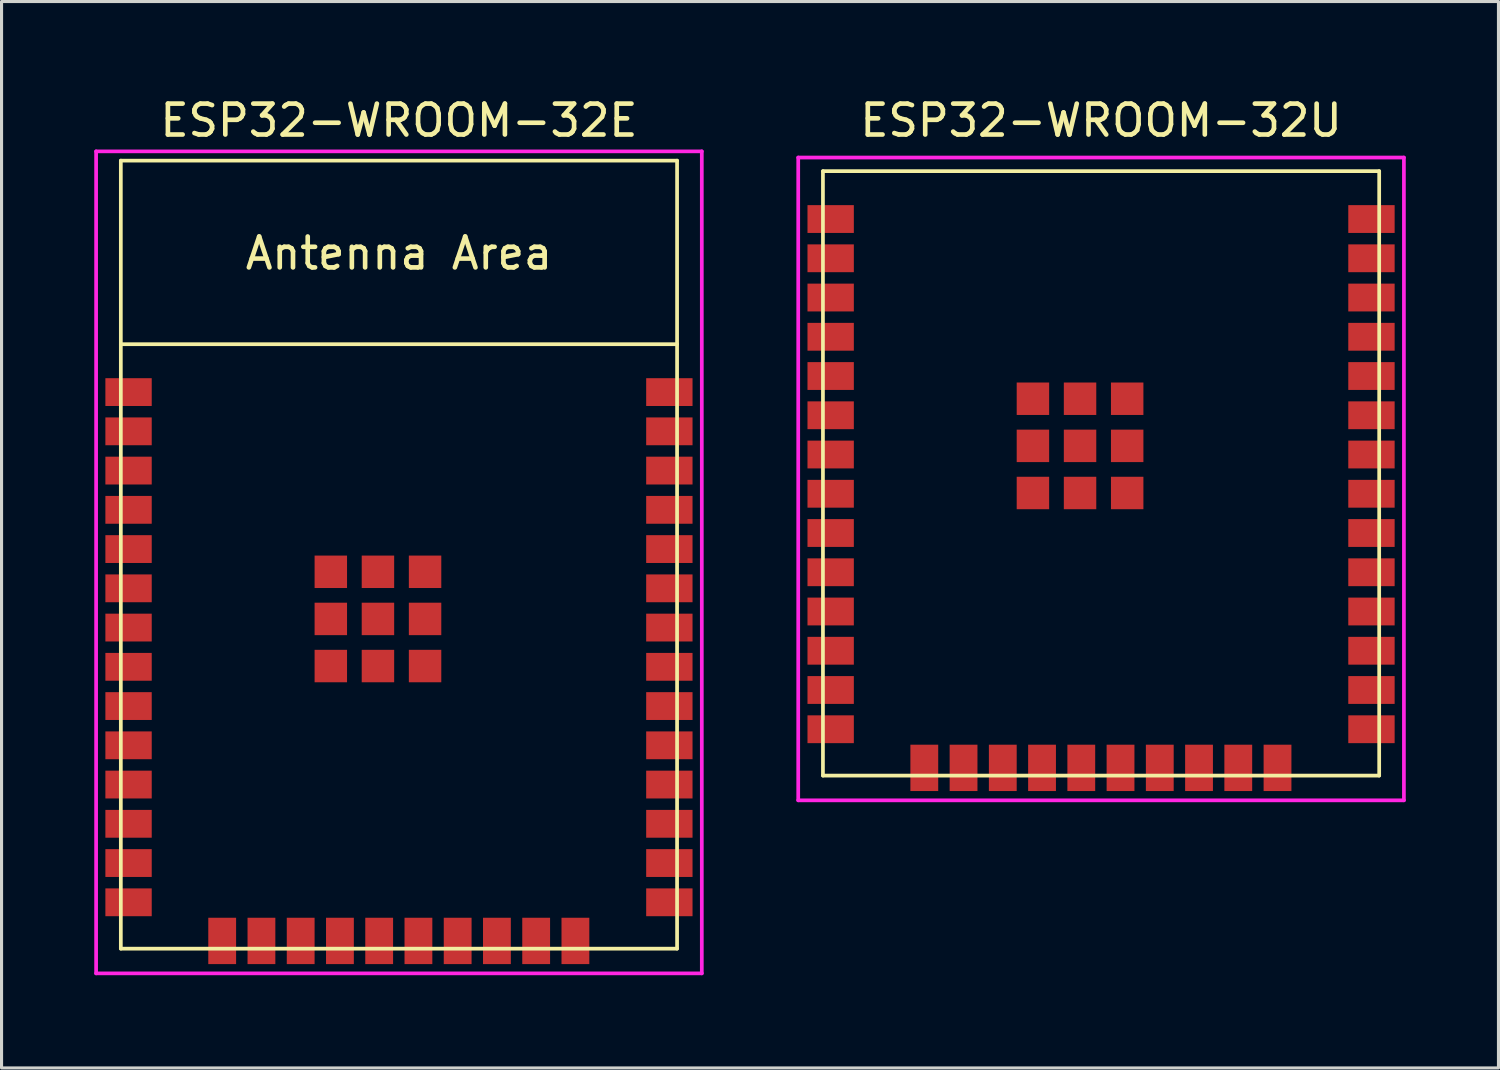
<source format=kicad_pcb>
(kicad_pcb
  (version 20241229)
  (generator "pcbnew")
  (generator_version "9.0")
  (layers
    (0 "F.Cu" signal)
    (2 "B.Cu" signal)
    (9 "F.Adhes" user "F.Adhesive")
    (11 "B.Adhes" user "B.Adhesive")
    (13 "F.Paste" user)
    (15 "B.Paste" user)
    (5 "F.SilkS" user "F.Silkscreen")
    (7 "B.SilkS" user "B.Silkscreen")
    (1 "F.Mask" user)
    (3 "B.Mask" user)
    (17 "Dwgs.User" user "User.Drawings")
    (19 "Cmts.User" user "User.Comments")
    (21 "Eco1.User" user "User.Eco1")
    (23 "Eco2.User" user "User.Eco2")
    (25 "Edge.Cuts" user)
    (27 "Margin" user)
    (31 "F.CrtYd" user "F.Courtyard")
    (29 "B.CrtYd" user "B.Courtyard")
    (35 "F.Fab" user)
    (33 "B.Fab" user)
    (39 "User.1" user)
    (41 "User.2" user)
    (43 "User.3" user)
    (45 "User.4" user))
  (footprint "ESP32-WROOM-32E"
    (layer "F.Cu")
    (at 9.86 18.048)
    (property "Reference" "ESP32-WROOM-32E" (at 0 -17.2 0) (layer "F.SilkS") (effects (font (size 1 1) (thickness 0.15))))
    (attr smd)
    (fp_line (start -9 -15.9) (end 9 -15.9) (stroke (width 0.12) (type solid)) (layer "F.SilkS"))
    (fp_line (start -9 9.6) (end -9 -15.9) (stroke (width 0.12) (type solid)) (layer "F.SilkS"))
    (fp_line (start 9 -15.9) (end 9 9.6) (stroke (width 0.12) (type solid)) (layer "F.SilkS"))
    (fp_line (start 9 -9.96) (end -9 -9.96) (stroke (width 0.12) (type solid)) (layer "F.SilkS"))
    (fp_line (start 9 9.6) (end -9 9.6) (stroke (width 0.12) (type solid)) (layer "F.SilkS"))
    (fp_line (start -9 -15.9) (end 9 -15.9) (stroke (width 0.12) (type solid)) (layer "Eco2.User"))
    (fp_line (start -9 -9.96) (end 9 -9.96) (stroke (width 0.12) (type solid)) (layer "Eco2.User"))
    (fp_line (start -9 9.6) (end -9 -15.9) (stroke (width 0.12) (type solid)) (layer "Eco2.User"))
    (fp_line (start 9 -15.9) (end 9 9.6) (stroke (width 0.12) (type solid)) (layer "Eco2.User"))
    (fp_line (start 9 9.6) (end -9 9.6) (stroke (width 0.12) (type solid)) (layer "Eco2.User"))
    (fp_line (start -9.8 -16.2) (end -9.8 10.4) (stroke (width 0.12) (type solid)) (layer "F.CrtYd"))
    (fp_line (start -9.8 10.4) (end 9.8 10.4) (stroke (width 0.12) (type solid)) (layer "F.CrtYd"))
    (fp_line (start 9.8 -16.2) (end -9.8 -16.2) (stroke (width 0.12) (type solid)) (layer "F.CrtYd"))
    (fp_line (start 9.8 -16.2) (end 9.8 10.4) (stroke (width 0.12) (type solid)) (layer "F.CrtYd"))
    (fp_text user "Antenna Area" (at 0 -12.9 0) (layer "F.SilkS") (effects (font (size 1 1) (thickness 0.15))))
    (fp_text user "Antenna Area" (at 0 -12.9 0) (layer "Eco2.User") (effects (font (size 1 1) (thickness 0.15))))
    (pad "1" smd rect (at -8.75 -8.41) (size 1.5 0.9) (layers "F.Cu" "F.Mask" "F.Paste"))
    (pad "2" smd rect (at -8.75 -7.14) (size 1.5 0.9) (layers "F.Cu" "F.Mask" "F.Paste"))
    (pad "3" smd rect (at -8.75 -5.87) (size 1.5 0.9) (layers "F.Cu" "F.Mask" "F.Paste"))
    (pad "4" smd rect (at -8.75 -4.6) (size 1.5 0.9) (layers "F.Cu" "F.Mask" "F.Paste"))
    (pad "5" smd rect (at -8.75 -3.33) (size 1.5 0.9) (layers "F.Cu" "F.Mask" "F.Paste"))
    (pad "6" smd rect (at -8.75 -2.06) (size 1.5 0.9) (layers "F.Cu" "F.Mask" "F.Paste"))
    (pad "7" smd rect (at -8.75 -0.79) (size 1.5 0.9) (layers "F.Cu" "F.Mask" "F.Paste"))
    (pad "8" smd rect (at -8.75 0.48) (size 1.5 0.9) (layers "F.Cu" "F.Mask" "F.Paste"))
    (pad "9" smd rect (at -8.75 1.75) (size 1.5 0.9) (layers "F.Cu" "F.Mask" "F.Paste"))
    (pad "10" smd rect (at -8.75 3.02) (size 1.5 0.9) (layers "F.Cu" "F.Mask" "F.Paste"))
    (pad "11" smd rect (at -8.75 4.29) (size 1.5 0.9) (layers "F.Cu" "F.Mask" "F.Paste"))
    (pad "12" smd rect (at -8.75 5.56) (size 1.5 0.9) (layers "F.Cu" "F.Mask" "F.Paste"))
    (pad "13" smd rect (at -8.75 6.83) (size 1.5 0.9) (layers "F.Cu" "F.Mask" "F.Paste"))
    (pad "14" smd rect (at -8.75 8.1) (size 1.5 0.9) (layers "F.Cu" "F.Mask" "F.Paste"))
    (pad "15" smd rect (at -5.72 9.35 90) (size 1.5 0.9) (layers "F.Cu" "F.Mask" "F.Paste"))
    (pad "16" smd rect (at -4.45 9.35 90) (size 1.5 0.9) (layers "F.Cu" "F.Mask" "F.Paste"))
    (pad "17" smd rect (at -3.18 9.35 90) (size 1.5 0.9) (layers "F.Cu" "F.Mask" "F.Paste"))
    (pad "18" smd rect (at -1.91 9.35 90) (size 1.5 0.9) (layers "F.Cu" "F.Mask" "F.Paste"))
    (pad "19" smd rect (at -0.64 9.35 90) (size 1.5 0.9) (layers "F.Cu" "F.Mask" "F.Paste"))
    (pad "20" smd rect (at 0.63 9.35 90) (size 1.5 0.9) (layers "F.Cu" "F.Mask" "F.Paste"))
    (pad "21" smd rect (at 1.9 9.35 90) (size 1.5 0.9) (layers "F.Cu" "F.Mask" "F.Paste"))
    (pad "22" smd rect (at 3.17 9.35 90) (size 1.5 0.9) (layers "F.Cu" "F.Mask" "F.Paste"))
    (pad "23" smd rect (at 4.44 9.35 90) (size 1.5 0.9) (layers "F.Cu" "F.Mask" "F.Paste"))
    (pad "24" smd rect (at 5.71 9.35 90) (size 1.5 0.9) (layers "F.Cu" "F.Mask" "F.Paste"))
    (pad "25" smd rect (at 8.75 8.1 180) (size 1.5 0.9) (layers "F.Cu" "F.Mask" "F.Paste"))
    (pad "26" smd rect (at 8.75 6.83 180) (size 1.5 0.9) (layers "F.Cu" "F.Mask" "F.Paste"))
    (pad "27" smd rect (at 8.75 5.56 180) (size 1.5 0.9) (layers "F.Cu" "F.Mask" "F.Paste"))
    (pad "28" smd rect (at 8.75 4.29 180) (size 1.5 0.9) (layers "F.Cu" "F.Mask" "F.Paste"))
    (pad "29" smd rect (at 8.75 3.02 180) (size 1.5 0.9) (layers "F.Cu" "F.Mask" "F.Paste"))
    (pad "30" smd rect (at 8.75 1.75 180) (size 1.5 0.9) (layers "F.Cu" "F.Mask" "F.Paste"))
    (pad "31" smd rect (at 8.75 0.48 180) (size 1.5 0.9) (layers "F.Cu" "F.Mask" "F.Paste"))
    (pad "32" smd rect (at 8.75 -0.79 180) (size 1.5 0.9) (layers "F.Cu" "F.Mask" "F.Paste"))
    (pad "33" smd rect (at 8.75 -2.06 180) (size 1.5 0.9) (layers "F.Cu" "F.Mask" "F.Paste"))
    (pad "34" smd rect (at 8.75 -3.33 180) (size 1.5 0.9) (layers "F.Cu" "F.Mask" "F.Paste"))
    (pad "35" smd rect (at 8.75 -4.6 180) (size 1.5 0.9) (layers "F.Cu" "F.Mask" "F.Paste"))
    (pad "36" smd rect (at 8.75 -5.87 180) (size 1.5 0.9) (layers "F.Cu" "F.Mask" "F.Paste"))
    (pad "37" smd rect (at 8.75 -7.14 180) (size 1.5 0.9) (layers "F.Cu" "F.Mask" "F.Paste"))
    (pad "38" smd rect (at 8.75 -8.41 180) (size 1.5 0.9) (layers "F.Cu" "F.Mask" "F.Paste"))
    (pad "39" smd rect (at -2.205 -2.595 180) (size 1.05 1.05) (layers "F.Cu" "F.Mask" "F.Paste"))
    (pad "39" smd rect (at -2.205 -1.07 180) (size 1.05 1.05) (layers "F.Cu" "F.Mask" "F.Paste"))
    (pad "39" smd rect (at -2.205 0.455 180) (size 1.05 1.05) (layers "F.Cu" "F.Mask" "F.Paste"))
    (pad "39" smd rect (at -0.68 -2.595 180) (size 1.05 1.05) (layers "F.Cu" "F.Mask" "F.Paste"))
    (pad "39" smd rect (at -0.68 -1.07 180) (size 1.05 1.05) (layers "F.Cu" "F.Mask" "F.Paste"))
    (pad "39" smd rect (at -0.68 0.455 180) (size 1.05 1.05) (layers "F.Cu" "F.Mask" "F.Paste"))
    (pad "39" smd rect (at 0.845 -2.595 180) (size 1.05 1.05) (layers "F.Cu" "F.Mask" "F.Paste"))
    (pad "39" smd rect (at 0.845 -1.07 180) (size 1.05 1.05) (layers "F.Cu" "F.Mask" "F.Paste"))
    (pad "39" smd rect (at 0.845 0.455 180) (size 1.05 1.05) (layers "F.Cu" "F.Mask" "F.Paste")))
  (footprint "ESP32-WROOM-32U"
    (layer "F.Cu")
    (at 32.58 12.448)
    (property "Reference" "ESP32-WROOM-32U" (at 0 -11.6 0) (layer "F.SilkS") (effects (font (size 1 1) (thickness 0.15))))
    (attr smd)
    (fp_line (start -9 9.6) (end -9 -9.96) (stroke (width 0.12) (type solid)) (layer "F.SilkS"))
    (fp_line (start 9 -9.96) (end -9 -9.96) (stroke (width 0.12) (type solid)) (layer "F.SilkS"))
    (fp_line (start 9 -9.96) (end 9 9.6) (stroke (width 0.12) (type solid)) (layer "F.SilkS"))
    (fp_line (start 9 9.6) (end -9 9.6) (stroke (width 0.12) (type solid)) (layer "F.SilkS"))
    (fp_line (start -9 -9.96) (end 9 -9.96) (stroke (width 0.12) (type solid)) (layer "Eco2.User"))
    (fp_line (start -9 9.6) (end -9 -9.96) (stroke (width 0.12) (type solid)) (layer "Eco2.User"))
    (fp_line (start 9 -9.96) (end 9 9.6) (stroke (width 0.12) (type solid)) (layer "Eco2.User"))
    (fp_line (start 9 9.6) (end -9 9.6) (stroke (width 0.12) (type solid)) (layer "Eco2.User"))
    (fp_line (start -9.8 -10.4) (end -9.8 10.4) (stroke (width 0.12) (type solid)) (layer "F.CrtYd"))
    (fp_line (start -9.8 -10.4) (end 9.8 -10.4) (stroke (width 0.12) (type solid)) (layer "F.CrtYd"))
    (fp_line (start -9.8 10.4) (end 9.8 10.4) (stroke (width 0.12) (type solid)) (layer "F.CrtYd"))
    (fp_line (start 9.8 -10.4) (end 9.8 10.4) (stroke (width 0.12) (type solid)) (layer "F.CrtYd"))
    (pad "1" smd rect (at -8.75 -8.41) (size 1.5 0.9) (layers "F.Cu" "F.Mask" "F.Paste"))
    (pad "2" smd rect (at -8.75 -7.14) (size 1.5 0.9) (layers "F.Cu" "F.Mask" "F.Paste"))
    (pad "3" smd rect (at -8.75 -5.87) (size 1.5 0.9) (layers "F.Cu" "F.Mask" "F.Paste"))
    (pad "4" smd rect (at -8.75 -4.6) (size 1.5 0.9) (layers "F.Cu" "F.Mask" "F.Paste"))
    (pad "5" smd rect (at -8.75 -3.33) (size 1.5 0.9) (layers "F.Cu" "F.Mask" "F.Paste"))
    (pad "6" smd rect (at -8.75 -2.06) (size 1.5 0.9) (layers "F.Cu" "F.Mask" "F.Paste"))
    (pad "7" smd rect (at -8.75 -0.79) (size 1.5 0.9) (layers "F.Cu" "F.Mask" "F.Paste"))
    (pad "8" smd rect (at -8.75 0.48) (size 1.5 0.9) (layers "F.Cu" "F.Mask" "F.Paste"))
    (pad "9" smd rect (at -8.75 1.75) (size 1.5 0.9) (layers "F.Cu" "F.Mask" "F.Paste"))
    (pad "10" smd rect (at -8.75 3.02) (size 1.5 0.9) (layers "F.Cu" "F.Mask" "F.Paste"))
    (pad "11" smd rect (at -8.75 4.29) (size 1.5 0.9) (layers "F.Cu" "F.Mask" "F.Paste"))
    (pad "12" smd rect (at -8.75 5.56) (size 1.5 0.9) (layers "F.Cu" "F.Mask" "F.Paste"))
    (pad "13" smd rect (at -8.75 6.83) (size 1.5 0.9) (layers "F.Cu" "F.Mask" "F.Paste"))
    (pad "14" smd rect (at -8.75 8.1) (size 1.5 0.9) (layers "F.Cu" "F.Mask" "F.Paste"))
    (pad "15" smd rect (at -5.72 9.35 90) (size 1.5 0.9) (layers "F.Cu" "F.Mask" "F.Paste"))
    (pad "16" smd rect (at -4.45 9.35 90) (size 1.5 0.9) (layers "F.Cu" "F.Mask" "F.Paste"))
    (pad "17" smd rect (at -3.18 9.35 90) (size 1.5 0.9) (layers "F.Cu" "F.Mask" "F.Paste"))
    (pad "18" smd rect (at -1.91 9.35 90) (size 1.5 0.9) (layers "F.Cu" "F.Mask" "F.Paste"))
    (pad "19" smd rect (at -0.64 9.35 90) (size 1.5 0.9) (layers "F.Cu" "F.Mask" "F.Paste"))
    (pad "20" smd rect (at 0.63 9.35 90) (size 1.5 0.9) (layers "F.Cu" "F.Mask" "F.Paste"))
    (pad "21" smd rect (at 1.9 9.35 90) (size 1.5 0.9) (layers "F.Cu" "F.Mask" "F.Paste"))
    (pad "22" smd rect (at 3.17 9.35 90) (size 1.5 0.9) (layers "F.Cu" "F.Mask" "F.Paste"))
    (pad "23" smd rect (at 4.44 9.35 90) (size 1.5 0.9) (layers "F.Cu" "F.Mask" "F.Paste"))
    (pad "24" smd rect (at 5.71 9.35 90) (size 1.5 0.9) (layers "F.Cu" "F.Mask" "F.Paste"))
    (pad "25" smd rect (at 8.75 8.1 180) (size 1.5 0.9) (layers "F.Cu" "F.Mask" "F.Paste"))
    (pad "26" smd rect (at 8.75 6.83 180) (size 1.5 0.9) (layers "F.Cu" "F.Mask" "F.Paste"))
    (pad "27" smd rect (at 8.75 5.56 180) (size 1.5 0.9) (layers "F.Cu" "F.Mask" "F.Paste"))
    (pad "28" smd rect (at 8.75 4.29 180) (size 1.5 0.9) (layers "F.Cu" "F.Mask" "F.Paste"))
    (pad "29" smd rect (at 8.75 3.02 180) (size 1.5 0.9) (layers "F.Cu" "F.Mask" "F.Paste"))
    (pad "30" smd rect (at 8.75 1.75 180) (size 1.5 0.9) (layers "F.Cu" "F.Mask" "F.Paste"))
    (pad "31" smd rect (at 8.75 0.48 180) (size 1.5 0.9) (layers "F.Cu" "F.Mask" "F.Paste"))
    (pad "32" smd rect (at 8.75 -0.79 180) (size 1.5 0.9) (layers "F.Cu" "F.Mask" "F.Paste"))
    (pad "33" smd rect (at 8.75 -2.06 180) (size 1.5 0.9) (layers "F.Cu" "F.Mask" "F.Paste"))
    (pad "34" smd rect (at 8.75 -3.33 180) (size 1.5 0.9) (layers "F.Cu" "F.Mask" "F.Paste"))
    (pad "35" smd rect (at 8.75 -4.6 180) (size 1.5 0.9) (layers "F.Cu" "F.Mask" "F.Paste"))
    (pad "36" smd rect (at 8.75 -5.87 180) (size 1.5 0.9) (layers "F.Cu" "F.Mask" "F.Paste"))
    (pad "37" smd rect (at 8.75 -7.14 180) (size 1.5 0.9) (layers "F.Cu" "F.Mask" "F.Paste"))
    (pad "38" smd rect (at 8.75 -8.41 180) (size 1.5 0.9) (layers "F.Cu" "F.Mask" "F.Paste"))
    (pad "39" smd rect (at -2.205 -2.595 180) (size 1.05 1.05) (layers "F.Cu" "F.Mask" "F.Paste"))
    (pad "39" smd rect (at -2.205 -1.07 180) (size 1.05 1.05) (layers "F.Cu" "F.Mask" "F.Paste"))
    (pad "39" smd rect (at -2.205 0.455 180) (size 1.05 1.05) (layers "F.Cu" "F.Mask" "F.Paste"))
    (pad "39" smd rect (at -0.68 -2.595 180) (size 1.05 1.05) (layers "F.Cu" "F.Mask" "F.Paste"))
    (pad "39" smd rect (at -0.68 -1.07 180) (size 1.05 1.05) (layers "F.Cu" "F.Mask" "F.Paste"))
    (pad "39" smd rect (at -0.68 0.455 180) (size 1.05 1.05) (layers "F.Cu" "F.Mask" "F.Paste"))
    (pad "39" smd rect (at 0.845 -2.595 180) (size 1.05 1.05) (layers "F.Cu" "F.Mask" "F.Paste"))
    (pad "39" smd rect (at 0.845 -1.07 180) (size 1.05 1.05) (layers "F.Cu" "F.Mask" "F.Paste"))
    (pad "39" smd rect (at 0.845 0.455 180) (size 1.05 1.05) (layers "F.Cu" "F.Mask" "F.Paste")))
  (gr_rect
    (start -3 -3)
    (end 45.44 31.508)
    (stroke (width 0.1) (type default))
    (fill no)
    (layer "Edge.Cuts")))
</source>
